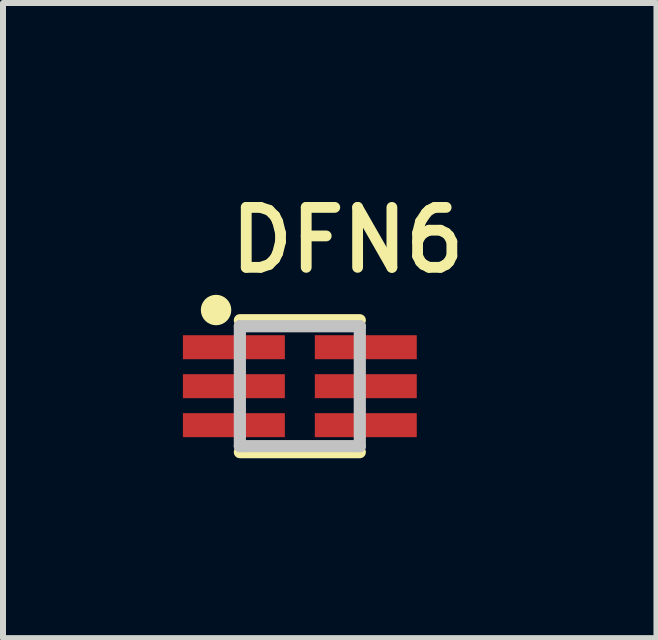
<source format=kicad_pcb>
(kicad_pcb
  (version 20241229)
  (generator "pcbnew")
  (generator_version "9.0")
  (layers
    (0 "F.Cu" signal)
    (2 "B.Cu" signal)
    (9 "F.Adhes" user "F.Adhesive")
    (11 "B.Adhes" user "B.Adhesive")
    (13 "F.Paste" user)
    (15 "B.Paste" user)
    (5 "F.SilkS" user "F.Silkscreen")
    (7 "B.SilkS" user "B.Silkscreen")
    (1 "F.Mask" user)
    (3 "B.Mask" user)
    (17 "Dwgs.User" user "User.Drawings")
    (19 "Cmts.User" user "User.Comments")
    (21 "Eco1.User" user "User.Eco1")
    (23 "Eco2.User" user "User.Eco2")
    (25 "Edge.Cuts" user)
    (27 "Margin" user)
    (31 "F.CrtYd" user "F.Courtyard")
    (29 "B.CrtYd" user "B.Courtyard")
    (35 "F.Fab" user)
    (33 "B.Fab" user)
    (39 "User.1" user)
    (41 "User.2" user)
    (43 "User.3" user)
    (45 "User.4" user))
  (footprint "DFN6"
    (layer "F.Cu")
    (at 1.95 3.39)
    (property "Reference" "DFN6" (at -1.25 -1.85 0) (layer "F.SilkS") (effects (font (size 1 1) (thickness 0.18)) (justify left bottom)))
    (attr through_hole)
    (fp_line (start -1 -1.1) (end 1 -1.1) (stroke (width 0.203) (type solid)) (layer "F.SilkS"))
    (fp_line (start 1 1.1) (end -1 1.1) (stroke (width 0.203) (type solid)) (layer "F.SilkS"))
    (fp_circle (center -1.397 -1.27) (end -1.27 -1.27) (stroke (width 0.254) (type solid)) (fill no) (layer "F.SilkS"))
    (fp_line (start -1 -1) (end -1 1) (stroke (width 0.203) (type solid)) (layer "Dwgs.User"))
    (fp_line (start -1 -1) (end 1 -1) (stroke (width 0.203) (type solid)) (layer "Dwgs.User"))
    (fp_line (start -1 1) (end 1 1) (stroke (width 0.203) (type solid)) (layer "Dwgs.User"))
    (fp_line (start 1 -1) (end 1 1) (stroke (width 0.203) (type solid)) (layer "Dwgs.User"))
    (pad "1" smd rect (at -1.1 -0.65) (size 1.7 0.4) (layers "F.Cu" "F.Mask" "F.Paste"))
    (pad "2" smd rect (at -1.1 0) (size 1.7 0.4) (layers "F.Cu" "F.Mask" "F.Paste"))
    (pad "3" smd rect (at -1.1 0.65) (size 1.7 0.4) (layers "F.Cu" "F.Mask" "F.Paste"))
    (pad "4" smd rect (at 1.1 0.65) (size 1.7 0.4) (layers "F.Cu" "F.Mask" "F.Paste"))
    (pad "5" smd rect (at 1.1 0) (size 1.7 0.4) (layers "F.Cu" "F.Mask" "F.Paste"))
    (pad "6" smd rect (at 1.1 -0.65) (size 1.7 0.4) (layers "F.Cu" "F.Mask" "F.Paste")))
  (gr_rect
    (start -3 -3)
    (end 7.897 7.592)
    (stroke (width 0.1) (type default))
    (fill no)
    (layer "Edge.Cuts")))
</source>
